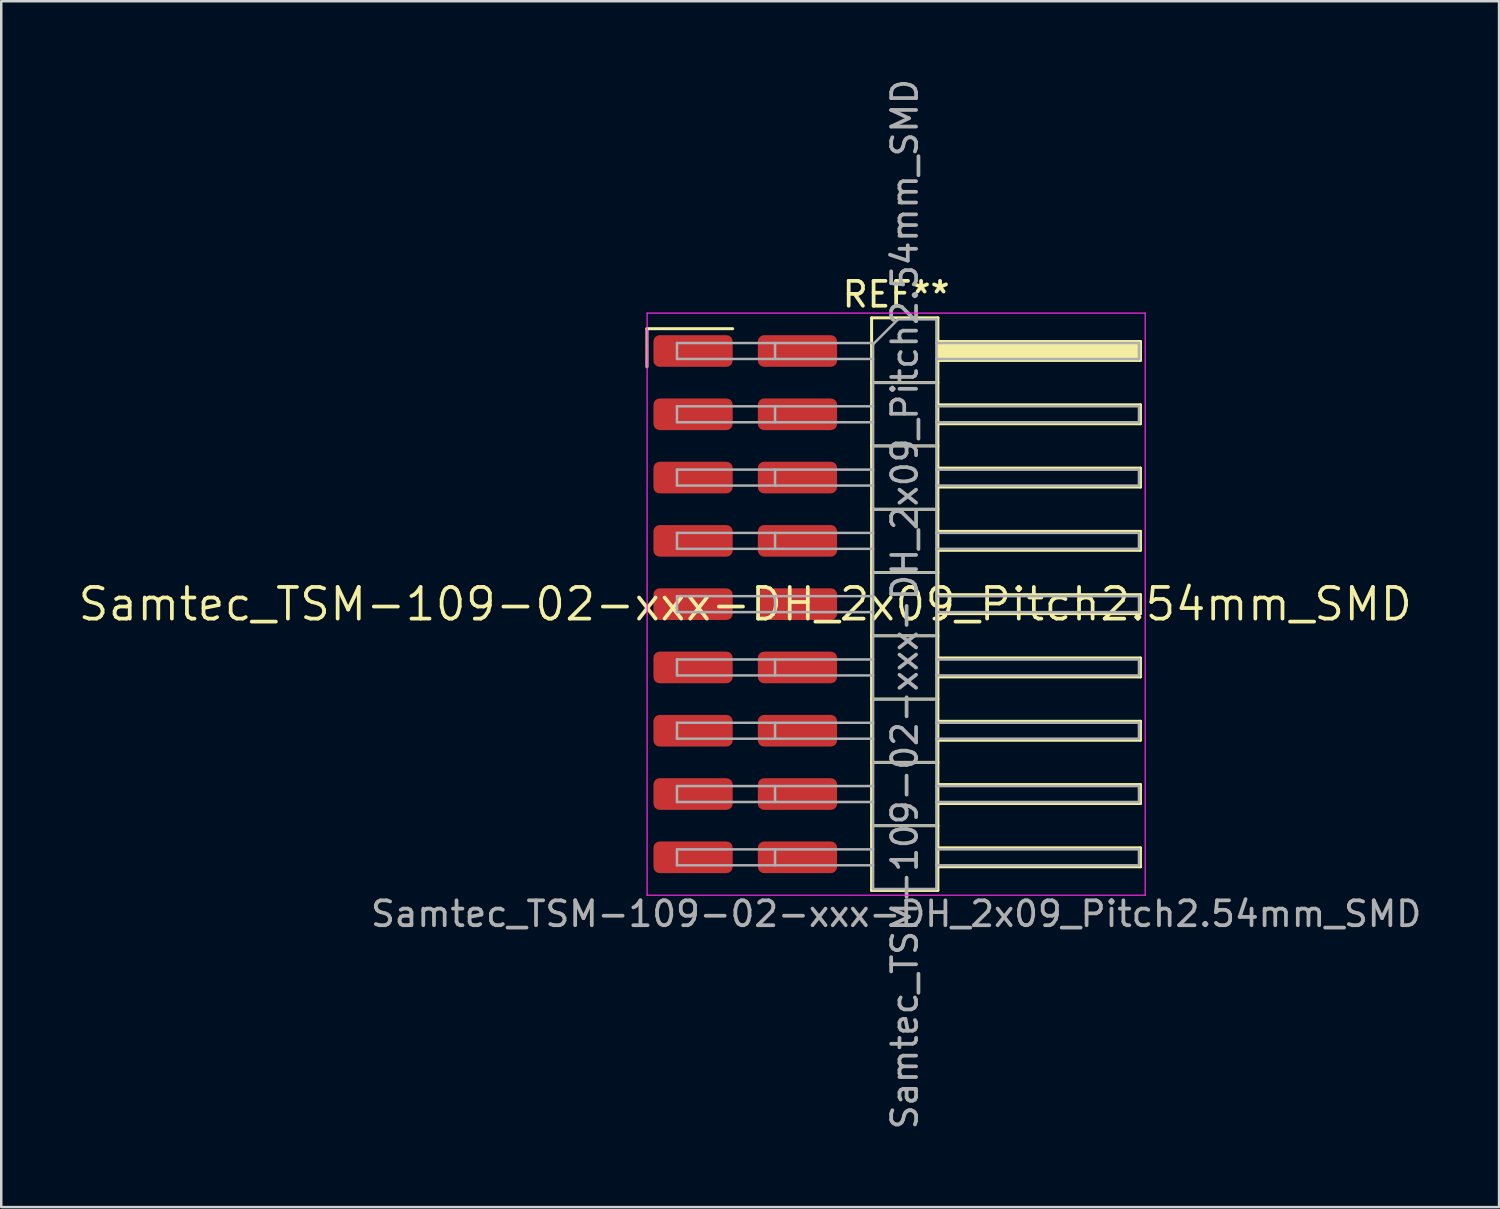
<source format=kicad_pcb>
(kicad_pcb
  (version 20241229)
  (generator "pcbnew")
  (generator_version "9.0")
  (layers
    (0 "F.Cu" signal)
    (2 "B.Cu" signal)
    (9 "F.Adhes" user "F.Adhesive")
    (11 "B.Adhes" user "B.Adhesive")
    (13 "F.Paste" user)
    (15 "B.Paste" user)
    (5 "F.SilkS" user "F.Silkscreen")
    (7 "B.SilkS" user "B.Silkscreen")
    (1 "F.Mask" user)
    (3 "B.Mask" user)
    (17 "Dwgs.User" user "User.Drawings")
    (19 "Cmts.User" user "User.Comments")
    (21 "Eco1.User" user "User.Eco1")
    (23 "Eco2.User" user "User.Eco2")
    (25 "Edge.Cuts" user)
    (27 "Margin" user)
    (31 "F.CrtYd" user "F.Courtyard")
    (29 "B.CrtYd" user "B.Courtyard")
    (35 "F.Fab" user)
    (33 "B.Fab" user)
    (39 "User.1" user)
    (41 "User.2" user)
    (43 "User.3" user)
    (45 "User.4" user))
  (footprint "Samtec_TSM-109-02-xxx-DH_2x09_Pitch2.54mm_SMD"
    (layer "F.Cu")
    (at 26.859 21.196)
    (property "Reference" "Samtec_TSM-109-02-xxx-DH_2x09_Pitch2.54mm_SMD" (at 0 0 0) (layer "F.SilkS") (effects (font (size 1.27 1.27) (thickness 0.15))))
    (attr smd)
    (fp_line (start -3.945 -11.055) (end -0.505 -11.055) (stroke (width 0.12) (type solid)) (layer "F.SilkS"))
    (fp_line (start -3.945 -9.525) (end -3.945 -11.055) (stroke (width 0.12) (type solid)) (layer "F.SilkS"))
    (fp_line (start 5.07 -11.49) (end 7.73 -11.49) (stroke (width 0.12) (type solid)) (layer "F.SilkS"))
    (fp_line (start 5.07 -8.89) (end 7.73 -8.89) (stroke (width 0.12) (type solid)) (layer "F.SilkS"))
    (fp_line (start 5.07 -6.35) (end 7.73 -6.35) (stroke (width 0.12) (type solid)) (layer "F.SilkS"))
    (fp_line (start 5.07 -3.81) (end 7.73 -3.81) (stroke (width 0.12) (type solid)) (layer "F.SilkS"))
    (fp_line (start 5.07 -1.27) (end 7.73 -1.27) (stroke (width 0.12) (type solid)) (layer "F.SilkS"))
    (fp_line (start 5.07 1.27) (end 7.73 1.27) (stroke (width 0.12) (type solid)) (layer "F.SilkS"))
    (fp_line (start 5.07 3.81) (end 7.73 3.81) (stroke (width 0.12) (type solid)) (layer "F.SilkS"))
    (fp_line (start 5.07 6.35) (end 7.73 6.35) (stroke (width 0.12) (type solid)) (layer "F.SilkS"))
    (fp_line (start 5.07 8.89) (end 7.73 8.89) (stroke (width 0.12) (type solid)) (layer "F.SilkS"))
    (fp_line (start 5.07 11.49) (end 5.07 -11.49) (stroke (width 0.12) (type solid)) (layer "F.SilkS"))
    (fp_line (start 7.73 -11.49) (end 7.73 11.49) (stroke (width 0.12) (type solid)) (layer "F.SilkS"))
    (fp_line (start 7.73 -10.54) (end 15.86 -10.54) (stroke (width 0.12) (type solid)) (layer "F.SilkS"))
    (fp_line (start 7.73 -10.42) (end 15.86 -10.42) (stroke (width 0.12) (type solid)) (layer "F.SilkS"))
    (fp_line (start 7.73 -10.3) (end 15.86 -10.3) (stroke (width 0.12) (type solid)) (layer "F.SilkS"))
    (fp_line (start 7.73 -10.18) (end 15.86 -10.18) (stroke (width 0.12) (type solid)) (layer "F.SilkS"))
    (fp_line (start 7.73 -10.06) (end 15.86 -10.06) (stroke (width 0.12) (type solid)) (layer "F.SilkS"))
    (fp_line (start 7.73 -9.94) (end 15.86 -9.94) (stroke (width 0.12) (type solid)) (layer "F.SilkS"))
    (fp_line (start 7.73 -9.82) (end 15.86 -9.82) (stroke (width 0.12) (type solid)) (layer "F.SilkS"))
    (fp_line (start 7.73 -9.78) (end 15.86 -9.78) (stroke (width 0.12) (type solid)) (layer "F.SilkS"))
    (fp_line (start 7.73 -8) (end 15.86 -8) (stroke (width 0.12) (type solid)) (layer "F.SilkS"))
    (fp_line (start 7.73 -7.24) (end 15.86 -7.24) (stroke (width 0.12) (type solid)) (layer "F.SilkS"))
    (fp_line (start 7.73 -5.46) (end 15.86 -5.46) (stroke (width 0.12) (type solid)) (layer "F.SilkS"))
    (fp_line (start 7.73 -4.7) (end 15.86 -4.7) (stroke (width 0.12) (type solid)) (layer "F.SilkS"))
    (fp_line (start 7.73 -2.92) (end 15.86 -2.92) (stroke (width 0.12) (type solid)) (layer "F.SilkS"))
    (fp_line (start 7.73 -2.16) (end 15.86 -2.16) (stroke (width 0.12) (type solid)) (layer "F.SilkS"))
    (fp_line (start 7.73 -0.38) (end 15.86 -0.38) (stroke (width 0.12) (type solid)) (layer "F.SilkS"))
    (fp_line (start 7.73 0.38) (end 15.86 0.38) (stroke (width 0.12) (type solid)) (layer "F.SilkS"))
    (fp_line (start 7.73 2.16) (end 15.86 2.16) (stroke (width 0.12) (type solid)) (layer "F.SilkS"))
    (fp_line (start 7.73 2.92) (end 15.86 2.92) (stroke (width 0.12) (type solid)) (layer "F.SilkS"))
    (fp_line (start 7.73 4.7) (end 15.86 4.7) (stroke (width 0.12) (type solid)) (layer "F.SilkS"))
    (fp_line (start 7.73 5.46) (end 15.86 5.46) (stroke (width 0.12) (type solid)) (layer "F.SilkS"))
    (fp_line (start 7.73 7.24) (end 15.86 7.24) (stroke (width 0.12) (type solid)) (layer "F.SilkS"))
    (fp_line (start 7.73 8) (end 15.86 8) (stroke (width 0.12) (type solid)) (layer "F.SilkS"))
    (fp_line (start 7.73 9.78) (end 15.86 9.78) (stroke (width 0.12) (type solid)) (layer "F.SilkS"))
    (fp_line (start 7.73 10.54) (end 15.86 10.54) (stroke (width 0.12) (type solid)) (layer "F.SilkS"))
    (fp_line (start 7.73 11.49) (end 5.07 11.49) (stroke (width 0.12) (type solid)) (layer "F.SilkS"))
    (fp_line (start 15.86 -10.54) (end 15.86 -9.78) (stroke (width 0.12) (type solid)) (layer "F.SilkS"))
    (fp_line (start 15.86 -8) (end 15.86 -7.24) (stroke (width 0.12) (type solid)) (layer "F.SilkS"))
    (fp_line (start 15.86 -5.46) (end 15.86 -4.7) (stroke (width 0.12) (type solid)) (layer "F.SilkS"))
    (fp_line (start 15.86 -2.92) (end 15.86 -2.16) (stroke (width 0.12) (type solid)) (layer "F.SilkS"))
    (fp_line (start 15.86 -0.38) (end 15.86 0.38) (stroke (width 0.12) (type solid)) (layer "F.SilkS"))
    (fp_line (start 15.86 2.16) (end 15.86 2.92) (stroke (width 0.12) (type solid)) (layer "F.SilkS"))
    (fp_line (start 15.86 4.7) (end 15.86 5.46) (stroke (width 0.12) (type solid)) (layer "F.SilkS"))
    (fp_line (start 15.86 7.24) (end 15.86 8) (stroke (width 0.12) (type solid)) (layer "F.SilkS"))
    (fp_line (start 15.86 9.78) (end 15.86 10.54) (stroke (width 0.12) (type solid)) (layer "F.SilkS"))
    (fp_line (start -3.94 -11.68) (end 16.05 -11.68) (stroke (width 0.05) (type solid)) (layer "F.CrtYd"))
    (fp_line (start -3.94 11.68) (end -3.94 -11.68) (stroke (width 0.05) (type solid)) (layer "F.CrtYd"))
    (fp_line (start 16.05 -11.68) (end 16.05 11.68) (stroke (width 0.05) (type solid)) (layer "F.CrtYd"))
    (fp_line (start 16.05 11.68) (end -3.94 11.68) (stroke (width 0.05) (type solid)) (layer "F.CrtYd"))
    (fp_line (start -2.74 -10.48) (end -2.74 -9.84) (stroke (width 0.1) (type solid)) (layer "F.Fab"))
    (fp_line (start -2.74 -10.48) (end 5.13 -10.48) (stroke (width 0.1) (type solid)) (layer "F.Fab"))
    (fp_line (start -2.74 -9.84) (end 5.13 -9.84) (stroke (width 0.1) (type solid)) (layer "F.Fab"))
    (fp_line (start -2.74 -7.94) (end -2.74 -7.3) (stroke (width 0.1) (type solid)) (layer "F.Fab"))
    (fp_line (start -2.74 -7.94) (end 5.13 -7.94) (stroke (width 0.1) (type solid)) (layer "F.Fab"))
    (fp_line (start -2.74 -7.3) (end 5.13 -7.3) (stroke (width 0.1) (type solid)) (layer "F.Fab"))
    (fp_line (start -2.74 -5.4) (end -2.74 -4.76) (stroke (width 0.1) (type solid)) (layer "F.Fab"))
    (fp_line (start -2.74 -5.4) (end 5.13 -5.4) (stroke (width 0.1) (type solid)) (layer "F.Fab"))
    (fp_line (start -2.74 -4.76) (end 5.13 -4.76) (stroke (width 0.1) (type solid)) (layer "F.Fab"))
    (fp_line (start -2.74 -2.86) (end -2.74 -2.22) (stroke (width 0.1) (type solid)) (layer "F.Fab"))
    (fp_line (start -2.74 -2.86) (end 5.13 -2.86) (stroke (width 0.1) (type solid)) (layer "F.Fab"))
    (fp_line (start -2.74 -2.22) (end 5.13 -2.22) (stroke (width 0.1) (type solid)) (layer "F.Fab"))
    (fp_line (start -2.74 -0.32) (end -2.74 0.32) (stroke (width 0.1) (type solid)) (layer "F.Fab"))
    (fp_line (start -2.74 -0.32) (end 5.13 -0.32) (stroke (width 0.1) (type solid)) (layer "F.Fab"))
    (fp_line (start -2.74 0.32) (end 5.13 0.32) (stroke (width 0.1) (type solid)) (layer "F.Fab"))
    (fp_line (start -2.74 2.22) (end -2.74 2.86) (stroke (width 0.1) (type solid)) (layer "F.Fab"))
    (fp_line (start -2.74 2.22) (end 5.13 2.22) (stroke (width 0.1) (type solid)) (layer "F.Fab"))
    (fp_line (start -2.74 2.86) (end 5.13 2.86) (stroke (width 0.1) (type solid)) (layer "F.Fab"))
    (fp_line (start -2.74 4.76) (end -2.74 5.4) (stroke (width 0.1) (type solid)) (layer "F.Fab"))
    (fp_line (start -2.74 4.76) (end 5.13 4.76) (stroke (width 0.1) (type solid)) (layer "F.Fab"))
    (fp_line (start -2.74 5.4) (end 5.13 5.4) (stroke (width 0.1) (type solid)) (layer "F.Fab"))
    (fp_line (start -2.74 7.3) (end -2.74 7.94) (stroke (width 0.1) (type solid)) (layer "F.Fab"))
    (fp_line (start -2.74 7.3) (end 5.13 7.3) (stroke (width 0.1) (type solid)) (layer "F.Fab"))
    (fp_line (start -2.74 7.94) (end 5.13 7.94) (stroke (width 0.1) (type solid)) (layer "F.Fab"))
    (fp_line (start -2.74 9.84) (end -2.74 10.48) (stroke (width 0.1) (type solid)) (layer "F.Fab"))
    (fp_line (start -2.74 9.84) (end 5.13 9.84) (stroke (width 0.1) (type solid)) (layer "F.Fab"))
    (fp_line (start -2.74 10.48) (end 5.13 10.48) (stroke (width 0.1) (type solid)) (layer "F.Fab"))
    (fp_line (start 1.195 -10.48) (end 1.195 -9.84) (stroke (width 0.1) (type solid)) (layer "F.Fab"))
    (fp_line (start 1.195 -7.94) (end 1.195 -7.3) (stroke (width 0.1) (type solid)) (layer "F.Fab"))
    (fp_line (start 1.195 -5.4) (end 1.195 -4.76) (stroke (width 0.1) (type solid)) (layer "F.Fab"))
    (fp_line (start 1.195 -2.86) (end 1.195 -2.22) (stroke (width 0.1) (type solid)) (layer "F.Fab"))
    (fp_line (start 1.195 -0.32) (end 1.195 0.32) (stroke (width 0.1) (type solid)) (layer "F.Fab"))
    (fp_line (start 1.195 2.22) (end 1.195 2.86) (stroke (width 0.1) (type solid)) (layer "F.Fab"))
    (fp_line (start 1.195 4.76) (end 1.195 5.4) (stroke (width 0.1) (type solid)) (layer "F.Fab"))
    (fp_line (start 1.195 7.3) (end 1.195 7.94) (stroke (width 0.1) (type solid)) (layer "F.Fab"))
    (fp_line (start 1.195 9.84) (end 1.195 10.48) (stroke (width 0.1) (type solid)) (layer "F.Fab"))
    (fp_line (start 5.13 -10.43) (end 6.13 -11.43) (stroke (width 0.1) (type solid)) (layer "F.Fab"))
    (fp_line (start 5.13 -8.89) (end 7.67 -8.89) (stroke (width 0.1) (type solid)) (layer "F.Fab"))
    (fp_line (start 5.13 -6.35) (end 7.67 -6.35) (stroke (width 0.1) (type solid)) (layer "F.Fab"))
    (fp_line (start 5.13 -3.81) (end 7.67 -3.81) (stroke (width 0.1) (type solid)) (layer "F.Fab"))
    (fp_line (start 5.13 -1.27) (end 7.67 -1.27) (stroke (width 0.1) (type solid)) (layer "F.Fab"))
    (fp_line (start 5.13 1.27) (end 7.67 1.27) (stroke (width 0.1) (type solid)) (layer "F.Fab"))
    (fp_line (start 5.13 3.81) (end 7.67 3.81) (stroke (width 0.1) (type solid)) (layer "F.Fab"))
    (fp_line (start 5.13 6.35) (end 7.67 6.35) (stroke (width 0.1) (type solid)) (layer "F.Fab"))
    (fp_line (start 5.13 8.89) (end 7.67 8.89) (stroke (width 0.1) (type solid)) (layer "F.Fab"))
    (fp_line (start 5.13 11.43) (end 5.13 -10.43) (stroke (width 0.1) (type solid)) (layer "F.Fab"))
    (fp_line (start 6.13 -11.43) (end 7.67 -11.43) (stroke (width 0.1) (type solid)) (layer "F.Fab"))
    (fp_line (start 7.67 -11.43) (end 7.67 11.43) (stroke (width 0.1) (type solid)) (layer "F.Fab"))
    (fp_line (start 7.67 -10.48) (end 15.8 -10.48) (stroke (width 0.1) (type solid)) (layer "F.Fab"))
    (fp_line (start 7.67 -9.84) (end 15.8 -9.84) (stroke (width 0.1) (type solid)) (layer "F.Fab"))
    (fp_line (start 7.67 -7.94) (end 15.8 -7.94) (stroke (width 0.1) (type solid)) (layer "F.Fab"))
    (fp_line (start 7.67 -7.3) (end 15.8 -7.3) (stroke (width 0.1) (type solid)) (layer "F.Fab"))
    (fp_line (start 7.67 -5.4) (end 15.8 -5.4) (stroke (width 0.1) (type solid)) (layer "F.Fab"))
    (fp_line (start 7.67 -4.76) (end 15.8 -4.76) (stroke (width 0.1) (type solid)) (layer "F.Fab"))
    (fp_line (start 7.67 -2.86) (end 15.8 -2.86) (stroke (width 0.1) (type solid)) (layer "F.Fab"))
    (fp_line (start 7.67 -2.22) (end 15.8 -2.22) (stroke (width 0.1) (type solid)) (layer "F.Fab"))
    (fp_line (start 7.67 -0.32) (end 15.8 -0.32) (stroke (width 0.1) (type solid)) (layer "F.Fab"))
    (fp_line (start 7.67 0.32) (end 15.8 0.32) (stroke (width 0.1) (type solid)) (layer "F.Fab"))
    (fp_line (start 7.67 2.22) (end 15.8 2.22) (stroke (width 0.1) (type solid)) (layer "F.Fab"))
    (fp_line (start 7.67 2.86) (end 15.8 2.86) (stroke (width 0.1) (type solid)) (layer "F.Fab"))
    (fp_line (start 7.67 4.76) (end 15.8 4.76) (stroke (width 0.1) (type solid)) (layer "F.Fab"))
    (fp_line (start 7.67 5.4) (end 15.8 5.4) (stroke (width 0.1) (type solid)) (layer "F.Fab"))
    (fp_line (start 7.67 7.3) (end 15.8 7.3) (stroke (width 0.1) (type solid)) (layer "F.Fab"))
    (fp_line (start 7.67 7.94) (end 15.8 7.94) (stroke (width 0.1) (type solid)) (layer "F.Fab"))
    (fp_line (start 7.67 9.84) (end 15.8 9.84) (stroke (width 0.1) (type solid)) (layer "F.Fab"))
    (fp_line (start 7.67 10.48) (end 15.8 10.48) (stroke (width 0.1) (type solid)) (layer "F.Fab"))
    (fp_line (start 7.67 11.43) (end 5.13 11.43) (stroke (width 0.1) (type solid)) (layer "F.Fab"))
    (fp_line (start 15.8 -10.48) (end 15.8 -9.84) (stroke (width 0.1) (type solid)) (layer "F.Fab"))
    (fp_line (start 15.8 -7.94) (end 15.8 -7.3) (stroke (width 0.1) (type solid)) (layer "F.Fab"))
    (fp_line (start 15.8 -5.4) (end 15.8 -4.76) (stroke (width 0.1) (type solid)) (layer "F.Fab"))
    (fp_line (start 15.8 -2.86) (end 15.8 -2.22) (stroke (width 0.1) (type solid)) (layer "F.Fab"))
    (fp_line (start 15.8 -0.32) (end 15.8 0.32) (stroke (width 0.1) (type solid)) (layer "F.Fab"))
    (fp_line (start 15.8 2.22) (end 15.8 2.86) (stroke (width 0.1) (type solid)) (layer "F.Fab"))
    (fp_line (start 15.8 4.76) (end 15.8 5.4) (stroke (width 0.1) (type solid)) (layer "F.Fab"))
    (fp_line (start 15.8 7.3) (end 15.8 7.94) (stroke (width 0.1) (type solid)) (layer "F.Fab"))
    (fp_line (start 15.8 9.84) (end 15.8 10.48) (stroke (width 0.1) (type solid)) (layer "F.Fab"))
    (fp_text user "REF**" (at 6.055 -12.43 0) (layer "F.SilkS") (effects (font (size 1 1) (thickness 0.15))))
    (fp_text user "${REFERENCE}" (at 6.4 0 90) (layer "F.Fab") (effects (font (size 1 1) (thickness 0.15))))
    (fp_text user "Samtec_TSM-109-02-xxx-DH_2x09_Pitch2.54mm_SMD" (at 6.055 12.43 0) (layer "F.Fab") (effects (font (size 1 1) (thickness 0.15))))
    (pad "1" smd roundrect (at -2.095 -10.16) (size 3.18 1.27) (layers "F.Cu" "F.Mask" "F.Paste") (roundrect_rratio 0.197))
    (pad "2" smd roundrect (at 2.095 -10.16) (size 3.18 1.27) (layers "F.Cu" "F.Mask" "F.Paste") (roundrect_rratio 0.197))
    (pad "3" smd roundrect (at -2.095 -7.62) (size 3.18 1.27) (layers "F.Cu" "F.Mask" "F.Paste") (roundrect_rratio 0.197))
    (pad "4" smd roundrect (at 2.095 -7.62) (size 3.18 1.27) (layers "F.Cu" "F.Mask" "F.Paste") (roundrect_rratio 0.197))
    (pad "5" smd roundrect (at -2.095 -5.08) (size 3.18 1.27) (layers "F.Cu" "F.Mask" "F.Paste") (roundrect_rratio 0.197))
    (pad "6" smd roundrect (at 2.095 -5.08) (size 3.18 1.27) (layers "F.Cu" "F.Mask" "F.Paste") (roundrect_rratio 0.197))
    (pad "7" smd roundrect (at -2.095 -2.54) (size 3.18 1.27) (layers "F.Cu" "F.Mask" "F.Paste") (roundrect_rratio 0.197))
    (pad "8" smd roundrect (at 2.095 -2.54) (size 3.18 1.27) (layers "F.Cu" "F.Mask" "F.Paste") (roundrect_rratio 0.197))
    (pad "9" smd roundrect (at -2.095 0) (size 3.18 1.27) (layers "F.Cu" "F.Mask" "F.Paste") (roundrect_rratio 0.197))
    (pad "10" smd roundrect (at 2.095 0) (size 3.18 1.27) (layers "F.Cu" "F.Mask" "F.Paste") (roundrect_rratio 0.197))
    (pad "11" smd roundrect (at -2.095 2.54) (size 3.18 1.27) (layers "F.Cu" "F.Mask" "F.Paste") (roundrect_rratio 0.197))
    (pad "12" smd roundrect (at 2.095 2.54) (size 3.18 1.27) (layers "F.Cu" "F.Mask" "F.Paste") (roundrect_rratio 0.197))
    (pad "13" smd roundrect (at -2.095 5.08) (size 3.18 1.27) (layers "F.Cu" "F.Mask" "F.Paste") (roundrect_rratio 0.197))
    (pad "14" smd roundrect (at 2.095 5.08) (size 3.18 1.27) (layers "F.Cu" "F.Mask" "F.Paste") (roundrect_rratio 0.197))
    (pad "15" smd roundrect (at -2.095 7.62) (size 3.18 1.27) (layers "F.Cu" "F.Mask" "F.Paste") (roundrect_rratio 0.197))
    (pad "16" smd roundrect (at 2.095 7.62) (size 3.18 1.27) (layers "F.Cu" "F.Mask" "F.Paste") (roundrect_rratio 0.197))
    (pad "17" smd roundrect (at -2.095 10.16) (size 3.18 1.27) (layers "F.Cu" "F.Mask" "F.Paste") (roundrect_rratio 0.197))
    (pad "18" smd roundrect (at 2.095 10.16) (size 3.18 1.27) (layers "F.Cu" "F.Mask" "F.Paste") (roundrect_rratio 0.197)))
  (gr_rect
    (start -3 -3)
    (end 57.11 45.393)
    (stroke (width 0.1) (type default))
    (fill no)
    (layer "Edge.Cuts")))
</source>
